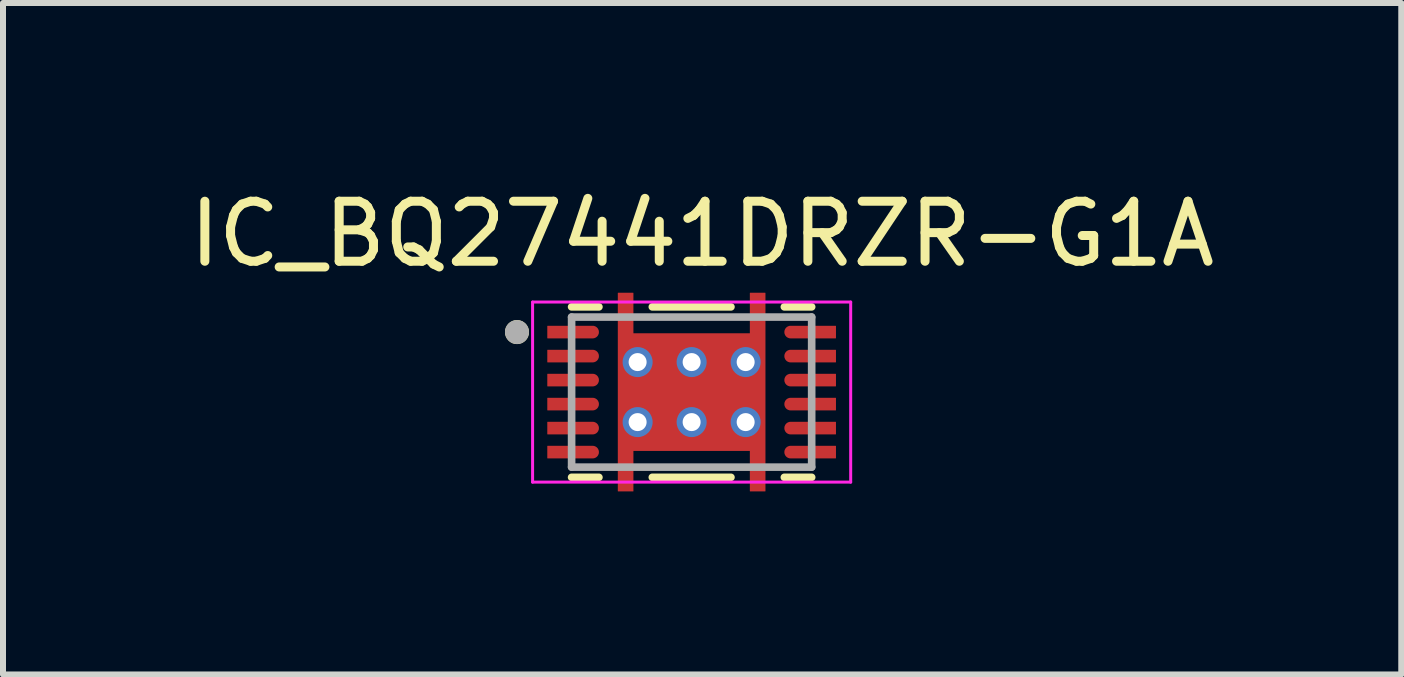
<source format=kicad_pcb>
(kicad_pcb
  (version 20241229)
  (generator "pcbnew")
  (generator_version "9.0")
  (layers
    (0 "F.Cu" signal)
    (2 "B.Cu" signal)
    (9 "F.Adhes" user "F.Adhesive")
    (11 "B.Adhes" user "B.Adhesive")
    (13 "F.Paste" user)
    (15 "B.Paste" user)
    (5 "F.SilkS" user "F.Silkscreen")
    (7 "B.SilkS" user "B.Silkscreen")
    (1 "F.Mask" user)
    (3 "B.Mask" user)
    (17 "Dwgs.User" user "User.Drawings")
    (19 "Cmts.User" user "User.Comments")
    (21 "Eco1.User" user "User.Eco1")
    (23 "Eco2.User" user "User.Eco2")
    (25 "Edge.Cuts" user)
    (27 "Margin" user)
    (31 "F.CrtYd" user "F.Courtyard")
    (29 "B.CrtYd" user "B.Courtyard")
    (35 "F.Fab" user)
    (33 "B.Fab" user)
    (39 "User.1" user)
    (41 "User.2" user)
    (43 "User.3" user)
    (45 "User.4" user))
  (footprint "IC_BQ27441DRZR-G1A"
    (layer "F.Cu")
    (at 8.474 3.483)
    (property "Reference" "IC_BQ27441DRZR-G1A" (at 0.175 -2.635 0) (layer "F.SilkS") (effects (font (size 1 1) (thickness 0.15))))
    (attr through_hole)
    (fp_poly (pts (xy -1.275 1.7) (xy -1.275 -1.7) (xy -0.925 -1.7) (xy -0.925 -1.025) (xy 0.925 -1.025) (xy 0.925 -1.7) (xy 1.275 -1.7) (xy 1.275 1.7) (xy 0.925 1.7) (xy 0.925 1.025) (xy -0.925 1.025) (xy -0.925 1.7)) (stroke (width 0.01) (type solid)) (fill yes) (layer "F.Mask"))
    (fp_poly (pts (xy -2.45 -1.15) (xy -1.65 -1.15) (xy -1.642 -1.15) (xy -1.634 -1.149) (xy -1.627 -1.148) (xy -1.619 -1.147) (xy -1.611 -1.145) (xy -1.604 -1.143) (xy -1.596 -1.14) (xy -1.589 -1.137) (xy -1.582 -1.134) (xy -1.575 -1.13) (xy -1.568 -1.126) (xy -1.562 -1.121) (xy -1.556 -1.117) (xy -1.55 -1.111) (xy -1.544 -1.106) (xy -1.539 -1.1) (xy -1.533 -1.094) (xy -1.529 -1.088) (xy -1.524 -1.082) (xy -1.52 -1.075) (xy -1.516 -1.068) (xy -1.513 -1.061) (xy -1.51 -1.054) (xy -1.507 -1.046) (xy -1.505 -1.039) (xy -1.503 -1.031) (xy -1.502 -1.023) (xy -1.501 -1.016) (xy -1.5 -1.008) (xy -1.5 -1) (xy -1.5 -0.992) (xy -1.501 -0.984) (xy -1.502 -0.977) (xy -1.503 -0.969) (xy -1.505 -0.961) (xy -1.507 -0.954) (xy -1.51 -0.946) (xy -1.513 -0.939) (xy -1.516 -0.932) (xy -1.52 -0.925) (xy -1.524 -0.918) (xy -1.529 -0.912) (xy -1.533 -0.906) (xy -1.539 -0.9) (xy -1.544 -0.894) (xy -1.55 -0.889) (xy -1.556 -0.883) (xy -1.562 -0.879) (xy -1.568 -0.874) (xy -1.575 -0.87) (xy -1.582 -0.866) (xy -1.589 -0.863) (xy -1.596 -0.86) (xy -1.604 -0.857) (xy -1.611 -0.855) (xy -1.619 -0.853) (xy -1.627 -0.852) (xy -1.634 -0.851) (xy -1.642 -0.85) (xy -1.65 -0.85) (xy -2.45 -0.85) (xy -2.45 -1) (xy -2.45 -1.15)) (stroke (width 0.01) (type solid)) (fill yes) (layer "F.Mask"))
    (fp_poly (pts (xy -2.45 -0.75) (xy -1.65 -0.75) (xy -1.642 -0.75) (xy -1.634 -0.749) (xy -1.627 -0.748) (xy -1.619 -0.747) (xy -1.611 -0.745) (xy -1.604 -0.743) (xy -1.596 -0.74) (xy -1.589 -0.737) (xy -1.582 -0.734) (xy -1.575 -0.73) (xy -1.568 -0.726) (xy -1.562 -0.721) (xy -1.556 -0.717) (xy -1.55 -0.711) (xy -1.544 -0.706) (xy -1.539 -0.7) (xy -1.533 -0.694) (xy -1.529 -0.688) (xy -1.524 -0.682) (xy -1.52 -0.675) (xy -1.516 -0.668) (xy -1.513 -0.661) (xy -1.51 -0.654) (xy -1.507 -0.646) (xy -1.505 -0.639) (xy -1.503 -0.631) (xy -1.502 -0.623) (xy -1.501 -0.616) (xy -1.5 -0.608) (xy -1.5 -0.6) (xy -1.5 -0.592) (xy -1.501 -0.584) (xy -1.502 -0.577) (xy -1.503 -0.569) (xy -1.505 -0.561) (xy -1.507 -0.554) (xy -1.51 -0.546) (xy -1.513 -0.539) (xy -1.516 -0.532) (xy -1.52 -0.525) (xy -1.524 -0.518) (xy -1.529 -0.512) (xy -1.533 -0.506) (xy -1.539 -0.5) (xy -1.544 -0.494) (xy -1.55 -0.489) (xy -1.556 -0.483) (xy -1.562 -0.479) (xy -1.568 -0.474) (xy -1.575 -0.47) (xy -1.582 -0.466) (xy -1.589 -0.463) (xy -1.596 -0.46) (xy -1.604 -0.457) (xy -1.611 -0.455) (xy -1.619 -0.453) (xy -1.627 -0.452) (xy -1.634 -0.451) (xy -1.642 -0.45) (xy -1.65 -0.45) (xy -2.45 -0.45) (xy -2.45 -0.6) (xy -2.45 -0.75)) (stroke (width 0.01) (type solid)) (fill yes) (layer "F.Mask"))
    (fp_poly (pts (xy -2.45 -0.35) (xy -1.65 -0.35) (xy -1.642 -0.35) (xy -1.634 -0.349) (xy -1.627 -0.348) (xy -1.619 -0.347) (xy -1.611 -0.345) (xy -1.604 -0.343) (xy -1.596 -0.34) (xy -1.589 -0.337) (xy -1.582 -0.334) (xy -1.575 -0.33) (xy -1.568 -0.326) (xy -1.562 -0.321) (xy -1.556 -0.317) (xy -1.55 -0.311) (xy -1.544 -0.306) (xy -1.539 -0.3) (xy -1.533 -0.294) (xy -1.529 -0.288) (xy -1.524 -0.282) (xy -1.52 -0.275) (xy -1.516 -0.268) (xy -1.513 -0.261) (xy -1.51 -0.254) (xy -1.507 -0.246) (xy -1.505 -0.239) (xy -1.503 -0.231) (xy -1.502 -0.223) (xy -1.501 -0.216) (xy -1.5 -0.208) (xy -1.5 -0.2) (xy -1.5 -0.192) (xy -1.501 -0.184) (xy -1.502 -0.177) (xy -1.503 -0.169) (xy -1.505 -0.161) (xy -1.507 -0.154) (xy -1.51 -0.146) (xy -1.513 -0.139) (xy -1.516 -0.132) (xy -1.52 -0.125) (xy -1.524 -0.118) (xy -1.529 -0.112) (xy -1.533 -0.106) (xy -1.539 -0.1) (xy -1.544 -0.094) (xy -1.55 -0.089) (xy -1.556 -0.083) (xy -1.562 -0.079) (xy -1.568 -0.074) (xy -1.575 -0.07) (xy -1.582 -0.066) (xy -1.589 -0.063) (xy -1.596 -0.06) (xy -1.604 -0.057) (xy -1.611 -0.055) (xy -1.619 -0.053) (xy -1.627 -0.052) (xy -1.634 -0.051) (xy -1.642 -0.05) (xy -1.65 -0.05) (xy -2.45 -0.05) (xy -2.45 -0.2) (xy -2.45 -0.35)) (stroke (width 0.01) (type solid)) (fill yes) (layer "F.Mask"))
    (fp_poly (pts (xy -2.45 0.05) (xy -1.65 0.05) (xy -1.642 0.05) (xy -1.634 0.051) (xy -1.627 0.052) (xy -1.619 0.053) (xy -1.611 0.055) (xy -1.604 0.057) (xy -1.596 0.06) (xy -1.589 0.063) (xy -1.582 0.066) (xy -1.575 0.07) (xy -1.568 0.074) (xy -1.562 0.079) (xy -1.556 0.083) (xy -1.55 0.089) (xy -1.544 0.094) (xy -1.539 0.1) (xy -1.533 0.106) (xy -1.529 0.112) (xy -1.524 0.118) (xy -1.52 0.125) (xy -1.516 0.132) (xy -1.513 0.139) (xy -1.51 0.146) (xy -1.507 0.154) (xy -1.505 0.161) (xy -1.503 0.169) (xy -1.502 0.177) (xy -1.501 0.184) (xy -1.5 0.192) (xy -1.5 0.2) (xy -1.5 0.208) (xy -1.501 0.216) (xy -1.502 0.223) (xy -1.503 0.231) (xy -1.505 0.239) (xy -1.507 0.246) (xy -1.51 0.254) (xy -1.513 0.261) (xy -1.516 0.268) (xy -1.52 0.275) (xy -1.524 0.282) (xy -1.529 0.288) (xy -1.533 0.294) (xy -1.539 0.3) (xy -1.544 0.306) (xy -1.55 0.311) (xy -1.556 0.317) (xy -1.562 0.321) (xy -1.568 0.326) (xy -1.575 0.33) (xy -1.582 0.334) (xy -1.589 0.337) (xy -1.596 0.34) (xy -1.604 0.343) (xy -1.611 0.345) (xy -1.619 0.347) (xy -1.627 0.348) (xy -1.634 0.349) (xy -1.642 0.35) (xy -1.65 0.35) (xy -2.45 0.35) (xy -2.45 0.2) (xy -2.45 0.05)) (stroke (width 0.01) (type solid)) (fill yes) (layer "F.Mask"))
    (fp_poly (pts (xy -2.45 0.45) (xy -1.65 0.45) (xy -1.642 0.45) (xy -1.634 0.451) (xy -1.627 0.452) (xy -1.619 0.453) (xy -1.611 0.455) (xy -1.604 0.457) (xy -1.596 0.46) (xy -1.589 0.463) (xy -1.582 0.466) (xy -1.575 0.47) (xy -1.568 0.474) (xy -1.562 0.479) (xy -1.556 0.483) (xy -1.55 0.489) (xy -1.544 0.494) (xy -1.539 0.5) (xy -1.533 0.506) (xy -1.529 0.512) (xy -1.524 0.518) (xy -1.52 0.525) (xy -1.516 0.532) (xy -1.513 0.539) (xy -1.51 0.546) (xy -1.507 0.554) (xy -1.505 0.561) (xy -1.503 0.569) (xy -1.502 0.577) (xy -1.501 0.584) (xy -1.5 0.592) (xy -1.5 0.6) (xy -1.5 0.608) (xy -1.501 0.616) (xy -1.502 0.623) (xy -1.503 0.631) (xy -1.505 0.639) (xy -1.507 0.646) (xy -1.51 0.654) (xy -1.513 0.661) (xy -1.516 0.668) (xy -1.52 0.675) (xy -1.524 0.682) (xy -1.529 0.688) (xy -1.533 0.694) (xy -1.539 0.7) (xy -1.544 0.706) (xy -1.55 0.711) (xy -1.556 0.717) (xy -1.562 0.721) (xy -1.568 0.726) (xy -1.575 0.73) (xy -1.582 0.734) (xy -1.589 0.737) (xy -1.596 0.74) (xy -1.604 0.743) (xy -1.611 0.745) (xy -1.619 0.747) (xy -1.627 0.748) (xy -1.634 0.749) (xy -1.642 0.75) (xy -1.65 0.75) (xy -2.45 0.75) (xy -2.45 0.6) (xy -2.45 0.45)) (stroke (width 0.01) (type solid)) (fill yes) (layer "F.Mask"))
    (fp_poly (pts (xy -2.45 0.85) (xy -1.65 0.85) (xy -1.642 0.85) (xy -1.634 0.851) (xy -1.627 0.852) (xy -1.619 0.853) (xy -1.611 0.855) (xy -1.604 0.857) (xy -1.596 0.86) (xy -1.589 0.863) (xy -1.582 0.866) (xy -1.575 0.87) (xy -1.568 0.874) (xy -1.562 0.879) (xy -1.556 0.883) (xy -1.55 0.889) (xy -1.544 0.894) (xy -1.539 0.9) (xy -1.533 0.906) (xy -1.529 0.912) (xy -1.524 0.918) (xy -1.52 0.925) (xy -1.516 0.932) (xy -1.513 0.939) (xy -1.51 0.946) (xy -1.507 0.954) (xy -1.505 0.961) (xy -1.503 0.969) (xy -1.502 0.977) (xy -1.501 0.984) (xy -1.5 0.992) (xy -1.5 1) (xy -1.5 1.008) (xy -1.501 1.016) (xy -1.502 1.023) (xy -1.503 1.031) (xy -1.505 1.039) (xy -1.507 1.046) (xy -1.51 1.054) (xy -1.513 1.061) (xy -1.516 1.068) (xy -1.52 1.075) (xy -1.524 1.082) (xy -1.529 1.088) (xy -1.533 1.094) (xy -1.539 1.1) (xy -1.544 1.106) (xy -1.55 1.111) (xy -1.556 1.117) (xy -1.562 1.121) (xy -1.568 1.126) (xy -1.575 1.13) (xy -1.582 1.134) (xy -1.589 1.137) (xy -1.596 1.14) (xy -1.604 1.143) (xy -1.611 1.145) (xy -1.619 1.147) (xy -1.627 1.148) (xy -1.634 1.149) (xy -1.642 1.15) (xy -1.65 1.15) (xy -2.45 1.15) (xy -2.45 1) (xy -2.45 0.85)) (stroke (width 0.01) (type solid)) (fill yes) (layer "F.Mask"))
    (fp_poly (pts (xy 2.45 -0.85) (xy 1.65 -0.85) (xy 1.642 -0.85) (xy 1.634 -0.851) (xy 1.627 -0.852) (xy 1.619 -0.853) (xy 1.611 -0.855) (xy 1.604 -0.857) (xy 1.596 -0.86) (xy 1.589 -0.863) (xy 1.582 -0.866) (xy 1.575 -0.87) (xy 1.568 -0.874) (xy 1.562 -0.879) (xy 1.556 -0.883) (xy 1.55 -0.889) (xy 1.544 -0.894) (xy 1.539 -0.9) (xy 1.533 -0.906) (xy 1.529 -0.912) (xy 1.524 -0.918) (xy 1.52 -0.925) (xy 1.516 -0.932) (xy 1.513 -0.939) (xy 1.51 -0.946) (xy 1.507 -0.954) (xy 1.505 -0.961) (xy 1.503 -0.969) (xy 1.502 -0.977) (xy 1.501 -0.984) (xy 1.5 -0.992) (xy 1.5 -1) (xy 1.5 -1.008) (xy 1.501 -1.016) (xy 1.502 -1.023) (xy 1.503 -1.031) (xy 1.505 -1.039) (xy 1.507 -1.046) (xy 1.51 -1.054) (xy 1.513 -1.061) (xy 1.516 -1.068) (xy 1.52 -1.075) (xy 1.524 -1.082) (xy 1.529 -1.088) (xy 1.533 -1.094) (xy 1.539 -1.1) (xy 1.544 -1.106) (xy 1.55 -1.111) (xy 1.556 -1.117) (xy 1.562 -1.121) (xy 1.568 -1.126) (xy 1.575 -1.13) (xy 1.582 -1.134) (xy 1.589 -1.137) (xy 1.596 -1.14) (xy 1.604 -1.143) (xy 1.611 -1.145) (xy 1.619 -1.147) (xy 1.627 -1.148) (xy 1.634 -1.149) (xy 1.642 -1.15) (xy 1.65 -1.15) (xy 2.45 -1.15) (xy 2.45 -1) (xy 2.45 -0.85)) (stroke (width 0.01) (type solid)) (fill yes) (layer "F.Mask"))
    (fp_poly (pts (xy 2.45 -0.45) (xy 1.65 -0.45) (xy 1.642 -0.45) (xy 1.634 -0.451) (xy 1.627 -0.452) (xy 1.619 -0.453) (xy 1.611 -0.455) (xy 1.604 -0.457) (xy 1.596 -0.46) (xy 1.589 -0.463) (xy 1.582 -0.466) (xy 1.575 -0.47) (xy 1.568 -0.474) (xy 1.562 -0.479) (xy 1.556 -0.483) (xy 1.55 -0.489) (xy 1.544 -0.494) (xy 1.539 -0.5) (xy 1.533 -0.506) (xy 1.529 -0.512) (xy 1.524 -0.518) (xy 1.52 -0.525) (xy 1.516 -0.532) (xy 1.513 -0.539) (xy 1.51 -0.546) (xy 1.507 -0.554) (xy 1.505 -0.561) (xy 1.503 -0.569) (xy 1.502 -0.577) (xy 1.501 -0.584) (xy 1.5 -0.592) (xy 1.5 -0.6) (xy 1.5 -0.608) (xy 1.501 -0.616) (xy 1.502 -0.623) (xy 1.503 -0.631) (xy 1.505 -0.639) (xy 1.507 -0.646) (xy 1.51 -0.654) (xy 1.513 -0.661) (xy 1.516 -0.668) (xy 1.52 -0.675) (xy 1.524 -0.682) (xy 1.529 -0.688) (xy 1.533 -0.694) (xy 1.539 -0.7) (xy 1.544 -0.706) (xy 1.55 -0.711) (xy 1.556 -0.717) (xy 1.562 -0.721) (xy 1.568 -0.726) (xy 1.575 -0.73) (xy 1.582 -0.734) (xy 1.589 -0.737) (xy 1.596 -0.74) (xy 1.604 -0.743) (xy 1.611 -0.745) (xy 1.619 -0.747) (xy 1.627 -0.748) (xy 1.634 -0.749) (xy 1.642 -0.75) (xy 1.65 -0.75) (xy 2.45 -0.75) (xy 2.45 -0.6) (xy 2.45 -0.45)) (stroke (width 0.01) (type solid)) (fill yes) (layer "F.Mask"))
    (fp_poly (pts (xy 2.45 -0.05) (xy 1.65 -0.05) (xy 1.642 -0.05) (xy 1.634 -0.051) (xy 1.627 -0.052) (xy 1.619 -0.053) (xy 1.611 -0.055) (xy 1.604 -0.057) (xy 1.596 -0.06) (xy 1.589 -0.063) (xy 1.582 -0.066) (xy 1.575 -0.07) (xy 1.568 -0.074) (xy 1.562 -0.079) (xy 1.556 -0.083) (xy 1.55 -0.089) (xy 1.544 -0.094) (xy 1.539 -0.1) (xy 1.533 -0.106) (xy 1.529 -0.112) (xy 1.524 -0.118) (xy 1.52 -0.125) (xy 1.516 -0.132) (xy 1.513 -0.139) (xy 1.51 -0.146) (xy 1.507 -0.154) (xy 1.505 -0.161) (xy 1.503 -0.169) (xy 1.502 -0.177) (xy 1.501 -0.184) (xy 1.5 -0.192) (xy 1.5 -0.2) (xy 1.5 -0.208) (xy 1.501 -0.216) (xy 1.502 -0.223) (xy 1.503 -0.231) (xy 1.505 -0.239) (xy 1.507 -0.246) (xy 1.51 -0.254) (xy 1.513 -0.261) (xy 1.516 -0.268) (xy 1.52 -0.275) (xy 1.524 -0.282) (xy 1.529 -0.288) (xy 1.533 -0.294) (xy 1.539 -0.3) (xy 1.544 -0.306) (xy 1.55 -0.311) (xy 1.556 -0.317) (xy 1.562 -0.321) (xy 1.568 -0.326) (xy 1.575 -0.33) (xy 1.582 -0.334) (xy 1.589 -0.337) (xy 1.596 -0.34) (xy 1.604 -0.343) (xy 1.611 -0.345) (xy 1.619 -0.347) (xy 1.627 -0.348) (xy 1.634 -0.349) (xy 1.642 -0.35) (xy 1.65 -0.35) (xy 2.45 -0.35) (xy 2.45 -0.2) (xy 2.45 -0.05)) (stroke (width 0.01) (type solid)) (fill yes) (layer "F.Mask"))
    (fp_poly (pts (xy 2.45 0.35) (xy 1.65 0.35) (xy 1.642 0.35) (xy 1.634 0.349) (xy 1.627 0.348) (xy 1.619 0.347) (xy 1.611 0.345) (xy 1.604 0.343) (xy 1.596 0.34) (xy 1.589 0.337) (xy 1.582 0.334) (xy 1.575 0.33) (xy 1.568 0.326) (xy 1.562 0.321) (xy 1.556 0.317) (xy 1.55 0.311) (xy 1.544 0.306) (xy 1.539 0.3) (xy 1.533 0.294) (xy 1.529 0.288) (xy 1.524 0.282) (xy 1.52 0.275) (xy 1.516 0.268) (xy 1.513 0.261) (xy 1.51 0.254) (xy 1.507 0.246) (xy 1.505 0.239) (xy 1.503 0.231) (xy 1.502 0.223) (xy 1.501 0.216) (xy 1.5 0.208) (xy 1.5 0.2) (xy 1.5 0.192) (xy 1.501 0.184) (xy 1.502 0.177) (xy 1.503 0.169) (xy 1.505 0.161) (xy 1.507 0.154) (xy 1.51 0.146) (xy 1.513 0.139) (xy 1.516 0.132) (xy 1.52 0.125) (xy 1.524 0.118) (xy 1.529 0.112) (xy 1.533 0.106) (xy 1.539 0.1) (xy 1.544 0.094) (xy 1.55 0.089) (xy 1.556 0.083) (xy 1.562 0.079) (xy 1.568 0.074) (xy 1.575 0.07) (xy 1.582 0.066) (xy 1.589 0.063) (xy 1.596 0.06) (xy 1.604 0.057) (xy 1.611 0.055) (xy 1.619 0.053) (xy 1.627 0.052) (xy 1.634 0.051) (xy 1.642 0.05) (xy 1.65 0.05) (xy 2.45 0.05) (xy 2.45 0.2) (xy 2.45 0.35)) (stroke (width 0.01) (type solid)) (fill yes) (layer "F.Mask"))
    (fp_poly (pts (xy 2.45 0.75) (xy 1.65 0.75) (xy 1.642 0.75) (xy 1.634 0.749) (xy 1.627 0.748) (xy 1.619 0.747) (xy 1.611 0.745) (xy 1.604 0.743) (xy 1.596 0.74) (xy 1.589 0.737) (xy 1.582 0.734) (xy 1.575 0.73) (xy 1.568 0.726) (xy 1.562 0.721) (xy 1.556 0.717) (xy 1.55 0.711) (xy 1.544 0.706) (xy 1.539 0.7) (xy 1.533 0.694) (xy 1.529 0.688) (xy 1.524 0.682) (xy 1.52 0.675) (xy 1.516 0.668) (xy 1.513 0.661) (xy 1.51 0.654) (xy 1.507 0.646) (xy 1.505 0.639) (xy 1.503 0.631) (xy 1.502 0.623) (xy 1.501 0.616) (xy 1.5 0.608) (xy 1.5 0.6) (xy 1.5 0.592) (xy 1.501 0.584) (xy 1.502 0.577) (xy 1.503 0.569) (xy 1.505 0.561) (xy 1.507 0.554) (xy 1.51 0.546) (xy 1.513 0.539) (xy 1.516 0.532) (xy 1.52 0.525) (xy 1.524 0.518) (xy 1.529 0.512) (xy 1.533 0.506) (xy 1.539 0.5) (xy 1.544 0.494) (xy 1.55 0.489) (xy 1.556 0.483) (xy 1.562 0.479) (xy 1.568 0.474) (xy 1.575 0.47) (xy 1.582 0.466) (xy 1.589 0.463) (xy 1.596 0.46) (xy 1.604 0.457) (xy 1.611 0.455) (xy 1.619 0.453) (xy 1.627 0.452) (xy 1.634 0.451) (xy 1.642 0.45) (xy 1.65 0.45) (xy 2.45 0.45) (xy 2.45 0.6) (xy 2.45 0.75)) (stroke (width 0.01) (type solid)) (fill yes) (layer "F.Mask"))
    (fp_poly (pts (xy 2.45 1.15) (xy 1.65 1.15) (xy 1.642 1.15) (xy 1.634 1.149) (xy 1.627 1.148) (xy 1.619 1.147) (xy 1.611 1.145) (xy 1.604 1.143) (xy 1.596 1.14) (xy 1.589 1.137) (xy 1.582 1.134) (xy 1.575 1.13) (xy 1.568 1.126) (xy 1.562 1.121) (xy 1.556 1.117) (xy 1.55 1.111) (xy 1.544 1.106) (xy 1.539 1.1) (xy 1.533 1.094) (xy 1.529 1.088) (xy 1.524 1.082) (xy 1.52 1.075) (xy 1.516 1.068) (xy 1.513 1.061) (xy 1.51 1.054) (xy 1.507 1.046) (xy 1.505 1.039) (xy 1.503 1.031) (xy 1.502 1.023) (xy 1.501 1.016) (xy 1.5 1.008) (xy 1.5 1) (xy 1.5 0.992) (xy 1.501 0.984) (xy 1.502 0.977) (xy 1.503 0.969) (xy 1.505 0.961) (xy 1.507 0.954) (xy 1.51 0.946) (xy 1.513 0.939) (xy 1.516 0.932) (xy 1.52 0.925) (xy 1.524 0.918) (xy 1.529 0.912) (xy 1.533 0.906) (xy 1.539 0.9) (xy 1.544 0.894) (xy 1.55 0.889) (xy 1.556 0.883) (xy 1.562 0.879) (xy 1.568 0.874) (xy 1.575 0.87) (xy 1.582 0.866) (xy 1.589 0.863) (xy 1.596 0.86) (xy 1.604 0.857) (xy 1.611 0.855) (xy 1.619 0.853) (xy 1.627 0.852) (xy 1.634 0.851) (xy 1.642 0.85) (xy 1.65 0.85) (xy 2.45 0.85) (xy 2.45 1) (xy 2.45 1.15)) (stroke (width 0.01) (type solid)) (fill yes) (layer "F.Mask"))
    (fp_line (start -2 -1.42) (end -1.545 -1.42) (stroke (width 0.127) (type solid)) (layer "F.SilkS"))
    (fp_line (start -2 1.42) (end -1.545 1.42) (stroke (width 0.127) (type solid)) (layer "F.SilkS"))
    (fp_line (start -0.655 -1.42) (end 0.655 -1.42) (stroke (width 0.127) (type solid)) (layer "F.SilkS"))
    (fp_line (start -0.655 1.42) (end 0.655 1.42) (stroke (width 0.127) (type solid)) (layer "F.SilkS"))
    (fp_line (start 1.545 -1.42) (end 2 -1.42) (stroke (width 0.127) (type solid)) (layer "F.SilkS"))
    (fp_line (start 1.545 1.42) (end 2 1.42) (stroke (width 0.127) (type solid)) (layer "F.SilkS"))
    (fp_circle (center -2.91 -1) (end -2.81 -1) (stroke (width 0.2) (type solid)) (fill no) (layer "F.SilkS"))
    (fp_poly (pts (xy -1.225 -1.625) (xy -1.225 -1.1) (xy -0.975 -1.1) (xy -0.975 -1.625)) (stroke (width 0.01) (type solid)) (fill yes) (layer "F.Paste"))
    (fp_poly (pts (xy -1.225 1.1) (xy -1.225 1.625) (xy -0.975 1.625) (xy -0.975 1.1)) (stroke (width 0.01) (type solid)) (fill yes) (layer "F.Paste"))
    (fp_poly (pts (xy -1.1 -0.9) (xy -0.1 -0.9) (xy -0.1 -0.1) (xy -1.1 -0.1)) (stroke (width 0.01) (type solid)) (fill yes) (layer "F.Paste"))
    (fp_poly (pts (xy -1.1 0.1) (xy -0.1 0.1) (xy -0.1 0.9) (xy -1.1 0.9)) (stroke (width 0.01) (type solid)) (fill yes) (layer "F.Paste"))
    (fp_poly (pts (xy 0.1 -0.9) (xy 1.1 -0.9) (xy 1.1 -0.1) (xy 0.1 -0.1)) (stroke (width 0.01) (type solid)) (fill yes) (layer "F.Paste"))
    (fp_poly (pts (xy 0.1 0.1) (xy 1.1 0.1) (xy 1.1 0.9) (xy 0.1 0.9)) (stroke (width 0.01) (type solid)) (fill yes) (layer "F.Paste"))
    (fp_poly (pts (xy 0.975 -1.625) (xy 0.975 -1.1) (xy 1.225 -1.1) (xy 1.225 -1.625)) (stroke (width 0.01) (type solid)) (fill yes) (layer "F.Paste"))
    (fp_poly (pts (xy 0.975 1.1) (xy 0.975 1.625) (xy 1.225 1.625) (xy 1.225 1.1)) (stroke (width 0.01) (type solid)) (fill yes) (layer "F.Paste"))
    (fp_poly (pts (xy -2.375 -1.1) (xy -1.675 -1.1) (xy -1.67 -1.1) (xy -1.665 -1.099) (xy -1.659 -1.099) (xy -1.654 -1.098) (xy -1.649 -1.097) (xy -1.644 -1.095) (xy -1.639 -1.093) (xy -1.634 -1.091) (xy -1.63 -1.089) (xy -1.625 -1.087) (xy -1.621 -1.084) (xy -1.616 -1.081) (xy -1.612 -1.078) (xy -1.608 -1.074) (xy -1.604 -1.071) (xy -1.601 -1.067) (xy -1.597 -1.063) (xy -1.594 -1.059) (xy -1.591 -1.054) (xy -1.588 -1.05) (xy -1.586 -1.045) (xy -1.584 -1.041) (xy -1.582 -1.036) (xy -1.58 -1.031) (xy -1.578 -1.026) (xy -1.577 -1.021) (xy -1.576 -1.016) (xy -1.576 -1.01) (xy -1.575 -1.005) (xy -1.575 -1) (xy -1.575 -0.995) (xy -1.576 -0.99) (xy -1.576 -0.984) (xy -1.577 -0.979) (xy -1.578 -0.974) (xy -1.58 -0.969) (xy -1.582 -0.964) (xy -1.584 -0.959) (xy -1.586 -0.955) (xy -1.588 -0.95) (xy -1.591 -0.946) (xy -1.594 -0.941) (xy -1.597 -0.937) (xy -1.601 -0.933) (xy -1.604 -0.929) (xy -1.608 -0.926) (xy -1.612 -0.922) (xy -1.616 -0.919) (xy -1.621 -0.916) (xy -1.625 -0.913) (xy -1.63 -0.911) (xy -1.634 -0.909) (xy -1.639 -0.907) (xy -1.644 -0.905) (xy -1.649 -0.903) (xy -1.654 -0.902) (xy -1.659 -0.901) (xy -1.665 -0.901) (xy -1.67 -0.9) (xy -1.675 -0.9) (xy -2.375 -0.9) (xy -2.375 -1) (xy -2.375 -1.1)) (stroke (width 0.01) (type solid)) (fill yes) (layer "F.Paste"))
    (fp_poly (pts (xy -2.375 -0.7) (xy -1.675 -0.7) (xy -1.67 -0.7) (xy -1.665 -0.699) (xy -1.659 -0.699) (xy -1.654 -0.698) (xy -1.649 -0.697) (xy -1.644 -0.695) (xy -1.639 -0.693) (xy -1.634 -0.691) (xy -1.63 -0.689) (xy -1.625 -0.687) (xy -1.621 -0.684) (xy -1.616 -0.681) (xy -1.612 -0.678) (xy -1.608 -0.674) (xy -1.604 -0.671) (xy -1.601 -0.667) (xy -1.597 -0.663) (xy -1.594 -0.659) (xy -1.591 -0.654) (xy -1.588 -0.65) (xy -1.586 -0.645) (xy -1.584 -0.641) (xy -1.582 -0.636) (xy -1.58 -0.631) (xy -1.578 -0.626) (xy -1.577 -0.621) (xy -1.576 -0.616) (xy -1.576 -0.61) (xy -1.575 -0.605) (xy -1.575 -0.6) (xy -1.575 -0.595) (xy -1.576 -0.59) (xy -1.576 -0.584) (xy -1.577 -0.579) (xy -1.578 -0.574) (xy -1.58 -0.569) (xy -1.582 -0.564) (xy -1.584 -0.559) (xy -1.586 -0.555) (xy -1.588 -0.55) (xy -1.591 -0.546) (xy -1.594 -0.541) (xy -1.597 -0.537) (xy -1.601 -0.533) (xy -1.604 -0.529) (xy -1.608 -0.526) (xy -1.612 -0.522) (xy -1.616 -0.519) (xy -1.621 -0.516) (xy -1.625 -0.513) (xy -1.63 -0.511) (xy -1.634 -0.509) (xy -1.639 -0.507) (xy -1.644 -0.505) (xy -1.649 -0.503) (xy -1.654 -0.502) (xy -1.659 -0.501) (xy -1.665 -0.501) (xy -1.67 -0.5) (xy -1.675 -0.5) (xy -2.375 -0.5) (xy -2.375 -0.6) (xy -2.375 -0.7)) (stroke (width 0.01) (type solid)) (fill yes) (layer "F.Paste"))
    (fp_poly (pts (xy -2.375 -0.7) (xy -1.675 -0.7) (xy -1.67 -0.7) (xy -1.665 -0.699) (xy -1.659 -0.699) (xy -1.654 -0.698) (xy -1.649 -0.697) (xy -1.644 -0.695) (xy -1.639 -0.693) (xy -1.634 -0.691) (xy -1.63 -0.689) (xy -1.625 -0.687) (xy -1.621 -0.684) (xy -1.616 -0.681) (xy -1.612 -0.678) (xy -1.608 -0.674) (xy -1.604 -0.671) (xy -1.601 -0.667) (xy -1.597 -0.663) (xy -1.594 -0.659) (xy -1.591 -0.654) (xy -1.588 -0.65) (xy -1.586 -0.645) (xy -1.584 -0.641) (xy -1.582 -0.636) (xy -1.58 -0.631) (xy -1.578 -0.626) (xy -1.577 -0.621) (xy -1.576 -0.616) (xy -1.576 -0.61) (xy -1.575 -0.605) (xy -1.575 -0.6) (xy -1.575 -0.595) (xy -1.576 -0.59) (xy -1.576 -0.584) (xy -1.577 -0.579) (xy -1.578 -0.574) (xy -1.58 -0.569) (xy -1.582 -0.564) (xy -1.584 -0.559) (xy -1.586 -0.555) (xy -1.588 -0.55) (xy -1.591 -0.546) (xy -1.594 -0.541) (xy -1.597 -0.537) (xy -1.601 -0.533) (xy -1.604 -0.529) (xy -1.608 -0.526) (xy -1.612 -0.522) (xy -1.616 -0.519) (xy -1.621 -0.516) (xy -1.625 -0.513) (xy -1.63 -0.511) (xy -1.634 -0.509) (xy -1.639 -0.507) (xy -1.644 -0.505) (xy -1.649 -0.503) (xy -1.654 -0.502) (xy -1.659 -0.501) (xy -1.665 -0.501) (xy -1.67 -0.5) (xy -1.675 -0.5) (xy -2.375 -0.5) (xy -2.375 -0.6) (xy -2.375 -0.7)) (stroke (width 0.01) (type solid)) (fill yes) (layer "F.Paste"))
    (fp_poly (pts (xy -2.375 -0.3) (xy -1.675 -0.3) (xy -1.67 -0.3) (xy -1.665 -0.299) (xy -1.659 -0.299) (xy -1.654 -0.298) (xy -1.649 -0.297) (xy -1.644 -0.295) (xy -1.639 -0.293) (xy -1.634 -0.291) (xy -1.63 -0.289) (xy -1.625 -0.287) (xy -1.621 -0.284) (xy -1.616 -0.281) (xy -1.612 -0.278) (xy -1.608 -0.274) (xy -1.604 -0.271) (xy -1.601 -0.267) (xy -1.597 -0.263) (xy -1.594 -0.259) (xy -1.591 -0.254) (xy -1.588 -0.25) (xy -1.586 -0.245) (xy -1.584 -0.241) (xy -1.582 -0.236) (xy -1.58 -0.231) (xy -1.578 -0.226) (xy -1.577 -0.221) (xy -1.576 -0.216) (xy -1.576 -0.21) (xy -1.575 -0.205) (xy -1.575 -0.2) (xy -1.575 -0.195) (xy -1.576 -0.19) (xy -1.576 -0.184) (xy -1.577 -0.179) (xy -1.578 -0.174) (xy -1.58 -0.169) (xy -1.582 -0.164) (xy -1.584 -0.159) (xy -1.586 -0.155) (xy -1.588 -0.15) (xy -1.591 -0.146) (xy -1.594 -0.141) (xy -1.597 -0.137) (xy -1.601 -0.133) (xy -1.604 -0.129) (xy -1.608 -0.126) (xy -1.612 -0.122) (xy -1.616 -0.119) (xy -1.621 -0.116) (xy -1.625 -0.113) (xy -1.63 -0.111) (xy -1.634 -0.109) (xy -1.639 -0.107) (xy -1.644 -0.105) (xy -1.649 -0.103) (xy -1.654 -0.102) (xy -1.659 -0.101) (xy -1.665 -0.101) (xy -1.67 -0.1) (xy -1.675 -0.1) (xy -2.375 -0.1) (xy -2.375 -0.2) (xy -2.375 -0.3)) (stroke (width 0.01) (type solid)) (fill yes) (layer "F.Paste"))
    (fp_poly (pts (xy -2.375 0.1) (xy -1.675 0.1) (xy -1.67 0.1) (xy -1.665 0.101) (xy -1.659 0.101) (xy -1.654 0.102) (xy -1.649 0.103) (xy -1.644 0.105) (xy -1.639 0.107) (xy -1.634 0.109) (xy -1.63 0.111) (xy -1.625 0.113) (xy -1.621 0.116) (xy -1.616 0.119) (xy -1.612 0.122) (xy -1.608 0.126) (xy -1.604 0.129) (xy -1.601 0.133) (xy -1.597 0.137) (xy -1.594 0.141) (xy -1.591 0.146) (xy -1.588 0.15) (xy -1.586 0.155) (xy -1.584 0.159) (xy -1.582 0.164) (xy -1.58 0.169) (xy -1.578 0.174) (xy -1.577 0.179) (xy -1.576 0.184) (xy -1.576 0.19) (xy -1.575 0.195) (xy -1.575 0.2) (xy -1.575 0.205) (xy -1.576 0.21) (xy -1.576 0.216) (xy -1.577 0.221) (xy -1.578 0.226) (xy -1.58 0.231) (xy -1.582 0.236) (xy -1.584 0.241) (xy -1.586 0.245) (xy -1.588 0.25) (xy -1.591 0.254) (xy -1.594 0.259) (xy -1.597 0.263) (xy -1.601 0.267) (xy -1.604 0.271) (xy -1.608 0.274) (xy -1.612 0.278) (xy -1.616 0.281) (xy -1.621 0.284) (xy -1.625 0.287) (xy -1.63 0.289) (xy -1.634 0.291) (xy -1.639 0.293) (xy -1.644 0.295) (xy -1.649 0.297) (xy -1.654 0.298) (xy -1.659 0.299) (xy -1.665 0.299) (xy -1.67 0.3) (xy -1.675 0.3) (xy -2.375 0.3) (xy -2.375 0.2) (xy -2.375 0.1)) (stroke (width 0.01) (type solid)) (fill yes) (layer "F.Paste"))
    (fp_poly (pts (xy -2.375 0.5) (xy -1.675 0.5) (xy -1.67 0.5) (xy -1.665 0.501) (xy -1.659 0.501) (xy -1.654 0.502) (xy -1.649 0.503) (xy -1.644 0.505) (xy -1.639 0.507) (xy -1.634 0.509) (xy -1.63 0.511) (xy -1.625 0.513) (xy -1.621 0.516) (xy -1.616 0.519) (xy -1.612 0.522) (xy -1.608 0.526) (xy -1.604 0.529) (xy -1.601 0.533) (xy -1.597 0.537) (xy -1.594 0.541) (xy -1.591 0.546) (xy -1.588 0.55) (xy -1.586 0.555) (xy -1.584 0.559) (xy -1.582 0.564) (xy -1.58 0.569) (xy -1.578 0.574) (xy -1.577 0.579) (xy -1.576 0.584) (xy -1.576 0.59) (xy -1.575 0.595) (xy -1.575 0.6) (xy -1.575 0.605) (xy -1.576 0.61) (xy -1.576 0.616) (xy -1.577 0.621) (xy -1.578 0.626) (xy -1.58 0.631) (xy -1.582 0.636) (xy -1.584 0.641) (xy -1.586 0.645) (xy -1.588 0.65) (xy -1.591 0.654) (xy -1.594 0.659) (xy -1.597 0.663) (xy -1.601 0.667) (xy -1.604 0.671) (xy -1.608 0.674) (xy -1.612 0.678) (xy -1.616 0.681) (xy -1.621 0.684) (xy -1.625 0.687) (xy -1.63 0.689) (xy -1.634 0.691) (xy -1.639 0.693) (xy -1.644 0.695) (xy -1.649 0.697) (xy -1.654 0.698) (xy -1.659 0.699) (xy -1.665 0.699) (xy -1.67 0.7) (xy -1.675 0.7) (xy -2.375 0.7) (xy -2.375 0.6) (xy -2.375 0.5)) (stroke (width 0.01) (type solid)) (fill yes) (layer "F.Paste"))
    (fp_poly (pts (xy -2.375 0.9) (xy -1.675 0.9) (xy -1.67 0.9) (xy -1.665 0.901) (xy -1.659 0.901) (xy -1.654 0.902) (xy -1.649 0.903) (xy -1.644 0.905) (xy -1.639 0.907) (xy -1.634 0.909) (xy -1.63 0.911) (xy -1.625 0.913) (xy -1.621 0.916) (xy -1.616 0.919) (xy -1.612 0.922) (xy -1.608 0.926) (xy -1.604 0.929) (xy -1.601 0.933) (xy -1.597 0.937) (xy -1.594 0.941) (xy -1.591 0.946) (xy -1.588 0.95) (xy -1.586 0.955) (xy -1.584 0.959) (xy -1.582 0.964) (xy -1.58 0.969) (xy -1.578 0.974) (xy -1.577 0.979) (xy -1.576 0.984) (xy -1.576 0.99) (xy -1.575 0.995) (xy -1.575 1) (xy -1.575 1.005) (xy -1.576 1.01) (xy -1.576 1.016) (xy -1.577 1.021) (xy -1.578 1.026) (xy -1.58 1.031) (xy -1.582 1.036) (xy -1.584 1.041) (xy -1.586 1.045) (xy -1.588 1.05) (xy -1.591 1.054) (xy -1.594 1.059) (xy -1.597 1.063) (xy -1.601 1.067) (xy -1.604 1.071) (xy -1.608 1.074) (xy -1.612 1.078) (xy -1.616 1.081) (xy -1.621 1.084) (xy -1.625 1.087) (xy -1.63 1.089) (xy -1.634 1.091) (xy -1.639 1.093) (xy -1.644 1.095) (xy -1.649 1.097) (xy -1.654 1.098) (xy -1.659 1.099) (xy -1.665 1.099) (xy -1.67 1.1) (xy -1.675 1.1) (xy -2.375 1.1) (xy -2.375 1) (xy -2.375 0.9)) (stroke (width 0.01) (type solid)) (fill yes) (layer "F.Paste"))
    (fp_poly (pts (xy 2.375 -0.9) (xy 1.675 -0.9) (xy 1.67 -0.9) (xy 1.665 -0.901) (xy 1.659 -0.901) (xy 1.654 -0.902) (xy 1.649 -0.903) (xy 1.644 -0.905) (xy 1.639 -0.907) (xy 1.634 -0.909) (xy 1.63 -0.911) (xy 1.625 -0.913) (xy 1.621 -0.916) (xy 1.616 -0.919) (xy 1.612 -0.922) (xy 1.608 -0.926) (xy 1.604 -0.929) (xy 1.601 -0.933) (xy 1.597 -0.937) (xy 1.594 -0.941) (xy 1.591 -0.946) (xy 1.588 -0.95) (xy 1.586 -0.955) (xy 1.584 -0.959) (xy 1.582 -0.964) (xy 1.58 -0.969) (xy 1.578 -0.974) (xy 1.577 -0.979) (xy 1.576 -0.984) (xy 1.576 -0.99) (xy 1.575 -0.995) (xy 1.575 -1) (xy 1.575 -1.005) (xy 1.576 -1.01) (xy 1.576 -1.016) (xy 1.577 -1.021) (xy 1.578 -1.026) (xy 1.58 -1.031) (xy 1.582 -1.036) (xy 1.584 -1.041) (xy 1.586 -1.045) (xy 1.588 -1.05) (xy 1.591 -1.054) (xy 1.594 -1.059) (xy 1.597 -1.063) (xy 1.601 -1.067) (xy 1.604 -1.071) (xy 1.608 -1.074) (xy 1.612 -1.078) (xy 1.616 -1.081) (xy 1.621 -1.084) (xy 1.625 -1.087) (xy 1.63 -1.089) (xy 1.634 -1.091) (xy 1.639 -1.093) (xy 1.644 -1.095) (xy 1.649 -1.097) (xy 1.654 -1.098) (xy 1.659 -1.099) (xy 1.665 -1.099) (xy 1.67 -1.1) (xy 1.675 -1.1) (xy 2.375 -1.1) (xy 2.375 -1) (xy 2.375 -0.9)) (stroke (width 0.01) (type solid)) (fill yes) (layer "F.Paste"))
    (fp_poly (pts (xy 2.375 -0.5) (xy 1.675 -0.5) (xy 1.67 -0.5) (xy 1.665 -0.501) (xy 1.659 -0.501) (xy 1.654 -0.502) (xy 1.649 -0.503) (xy 1.644 -0.505) (xy 1.639 -0.507) (xy 1.634 -0.509) (xy 1.63 -0.511) (xy 1.625 -0.513) (xy 1.621 -0.516) (xy 1.616 -0.519) (xy 1.612 -0.522) (xy 1.608 -0.526) (xy 1.604 -0.529) (xy 1.601 -0.533) (xy 1.597 -0.537) (xy 1.594 -0.541) (xy 1.591 -0.546) (xy 1.588 -0.55) (xy 1.586 -0.555) (xy 1.584 -0.559) (xy 1.582 -0.564) (xy 1.58 -0.569) (xy 1.578 -0.574) (xy 1.577 -0.579) (xy 1.576 -0.584) (xy 1.576 -0.59) (xy 1.575 -0.595) (xy 1.575 -0.6) (xy 1.575 -0.605) (xy 1.576 -0.61) (xy 1.576 -0.616) (xy 1.577 -0.621) (xy 1.578 -0.626) (xy 1.58 -0.631) (xy 1.582 -0.636) (xy 1.584 -0.641) (xy 1.586 -0.645) (xy 1.588 -0.65) (xy 1.591 -0.654) (xy 1.594 -0.659) (xy 1.597 -0.663) (xy 1.601 -0.667) (xy 1.604 -0.671) (xy 1.608 -0.674) (xy 1.612 -0.678) (xy 1.616 -0.681) (xy 1.621 -0.684) (xy 1.625 -0.687) (xy 1.63 -0.689) (xy 1.634 -0.691) (xy 1.639 -0.693) (xy 1.644 -0.695) (xy 1.649 -0.697) (xy 1.654 -0.698) (xy 1.659 -0.699) (xy 1.665 -0.699) (xy 1.67 -0.7) (xy 1.675 -0.7) (xy 2.375 -0.7) (xy 2.375 -0.6) (xy 2.375 -0.5)) (stroke (width 0.01) (type solid)) (fill yes) (layer "F.Paste"))
    (fp_poly (pts (xy 2.375 -0.1) (xy 1.675 -0.1) (xy 1.67 -0.1) (xy 1.665 -0.101) (xy 1.659 -0.101) (xy 1.654 -0.102) (xy 1.649 -0.103) (xy 1.644 -0.105) (xy 1.639 -0.107) (xy 1.634 -0.109) (xy 1.63 -0.111) (xy 1.625 -0.113) (xy 1.621 -0.116) (xy 1.616 -0.119) (xy 1.612 -0.122) (xy 1.608 -0.126) (xy 1.604 -0.129) (xy 1.601 -0.133) (xy 1.597 -0.137) (xy 1.594 -0.141) (xy 1.591 -0.146) (xy 1.588 -0.15) (xy 1.586 -0.155) (xy 1.584 -0.159) (xy 1.582 -0.164) (xy 1.58 -0.169) (xy 1.578 -0.174) (xy 1.577 -0.179) (xy 1.576 -0.184) (xy 1.576 -0.19) (xy 1.575 -0.195) (xy 1.575 -0.2) (xy 1.575 -0.205) (xy 1.576 -0.21) (xy 1.576 -0.216) (xy 1.577 -0.221) (xy 1.578 -0.226) (xy 1.58 -0.231) (xy 1.582 -0.236) (xy 1.584 -0.241) (xy 1.586 -0.245) (xy 1.588 -0.25) (xy 1.591 -0.254) (xy 1.594 -0.259) (xy 1.597 -0.263) (xy 1.601 -0.267) (xy 1.604 -0.271) (xy 1.608 -0.274) (xy 1.612 -0.278) (xy 1.616 -0.281) (xy 1.621 -0.284) (xy 1.625 -0.287) (xy 1.63 -0.289) (xy 1.634 -0.291) (xy 1.639 -0.293) (xy 1.644 -0.295) (xy 1.649 -0.297) (xy 1.654 -0.298) (xy 1.659 -0.299) (xy 1.665 -0.299) (xy 1.67 -0.3) (xy 1.675 -0.3) (xy 2.375 -0.3) (xy 2.375 -0.2) (xy 2.375 -0.1)) (stroke (width 0.01) (type solid)) (fill yes) (layer "F.Paste"))
    (fp_poly (pts (xy 2.375 0.3) (xy 1.675 0.3) (xy 1.67 0.3) (xy 1.665 0.299) (xy 1.659 0.299) (xy 1.654 0.298) (xy 1.649 0.297) (xy 1.644 0.295) (xy 1.639 0.293) (xy 1.634 0.291) (xy 1.63 0.289) (xy 1.625 0.287) (xy 1.621 0.284) (xy 1.616 0.281) (xy 1.612 0.278) (xy 1.608 0.274) (xy 1.604 0.271) (xy 1.601 0.267) (xy 1.597 0.263) (xy 1.594 0.259) (xy 1.591 0.254) (xy 1.588 0.25) (xy 1.586 0.245) (xy 1.584 0.241) (xy 1.582 0.236) (xy 1.58 0.231) (xy 1.578 0.226) (xy 1.577 0.221) (xy 1.576 0.216) (xy 1.576 0.21) (xy 1.575 0.205) (xy 1.575 0.2) (xy 1.575 0.195) (xy 1.576 0.19) (xy 1.576 0.184) (xy 1.577 0.179) (xy 1.578 0.174) (xy 1.58 0.169) (xy 1.582 0.164) (xy 1.584 0.159) (xy 1.586 0.155) (xy 1.588 0.15) (xy 1.591 0.146) (xy 1.594 0.141) (xy 1.597 0.137) (xy 1.601 0.133) (xy 1.604 0.129) (xy 1.608 0.126) (xy 1.612 0.122) (xy 1.616 0.119) (xy 1.621 0.116) (xy 1.625 0.113) (xy 1.63 0.111) (xy 1.634 0.109) (xy 1.639 0.107) (xy 1.644 0.105) (xy 1.649 0.103) (xy 1.654 0.102) (xy 1.659 0.101) (xy 1.665 0.101) (xy 1.67 0.1) (xy 1.675 0.1) (xy 2.375 0.1) (xy 2.375 0.2) (xy 2.375 0.3)) (stroke (width 0.01) (type solid)) (fill yes) (layer "F.Paste"))
    (fp_poly (pts (xy 2.375 0.7) (xy 1.675 0.7) (xy 1.67 0.7) (xy 1.665 0.699) (xy 1.659 0.699) (xy 1.654 0.698) (xy 1.649 0.697) (xy 1.644 0.695) (xy 1.639 0.693) (xy 1.634 0.691) (xy 1.63 0.689) (xy 1.625 0.687) (xy 1.621 0.684) (xy 1.616 0.681) (xy 1.612 0.678) (xy 1.608 0.674) (xy 1.604 0.671) (xy 1.601 0.667) (xy 1.597 0.663) (xy 1.594 0.659) (xy 1.591 0.654) (xy 1.588 0.65) (xy 1.586 0.645) (xy 1.584 0.641) (xy 1.582 0.636) (xy 1.58 0.631) (xy 1.578 0.626) (xy 1.577 0.621) (xy 1.576 0.616) (xy 1.576 0.61) (xy 1.575 0.605) (xy 1.575 0.6) (xy 1.575 0.595) (xy 1.576 0.59) (xy 1.576 0.584) (xy 1.577 0.579) (xy 1.578 0.574) (xy 1.58 0.569) (xy 1.582 0.564) (xy 1.584 0.559) (xy 1.586 0.555) (xy 1.588 0.55) (xy 1.591 0.546) (xy 1.594 0.541) (xy 1.597 0.537) (xy 1.601 0.533) (xy 1.604 0.529) (xy 1.608 0.526) (xy 1.612 0.522) (xy 1.616 0.519) (xy 1.621 0.516) (xy 1.625 0.513) (xy 1.63 0.511) (xy 1.634 0.509) (xy 1.639 0.507) (xy 1.644 0.505) (xy 1.649 0.503) (xy 1.654 0.502) (xy 1.659 0.501) (xy 1.665 0.501) (xy 1.67 0.5) (xy 1.675 0.5) (xy 2.375 0.5) (xy 2.375 0.6) (xy 2.375 0.7)) (stroke (width 0.01) (type solid)) (fill yes) (layer "F.Paste"))
    (fp_poly (pts (xy 2.375 0.7) (xy 1.675 0.7) (xy 1.67 0.7) (xy 1.665 0.699) (xy 1.659 0.699) (xy 1.654 0.698) (xy 1.649 0.697) (xy 1.644 0.695) (xy 1.639 0.693) (xy 1.634 0.691) (xy 1.63 0.689) (xy 1.625 0.687) (xy 1.621 0.684) (xy 1.616 0.681) (xy 1.612 0.678) (xy 1.608 0.674) (xy 1.604 0.671) (xy 1.601 0.667) (xy 1.597 0.663) (xy 1.594 0.659) (xy 1.591 0.654) (xy 1.588 0.65) (xy 1.586 0.645) (xy 1.584 0.641) (xy 1.582 0.636) (xy 1.58 0.631) (xy 1.578 0.626) (xy 1.577 0.621) (xy 1.576 0.616) (xy 1.576 0.61) (xy 1.575 0.605) (xy 1.575 0.6) (xy 1.575 0.595) (xy 1.576 0.59) (xy 1.576 0.584) (xy 1.577 0.579) (xy 1.578 0.574) (xy 1.58 0.569) (xy 1.582 0.564) (xy 1.584 0.559) (xy 1.586 0.555) (xy 1.588 0.55) (xy 1.591 0.546) (xy 1.594 0.541) (xy 1.597 0.537) (xy 1.601 0.533) (xy 1.604 0.529) (xy 1.608 0.526) (xy 1.612 0.522) (xy 1.616 0.519) (xy 1.621 0.516) (xy 1.625 0.513) (xy 1.63 0.511) (xy 1.634 0.509) (xy 1.639 0.507) (xy 1.644 0.505) (xy 1.649 0.503) (xy 1.654 0.502) (xy 1.659 0.501) (xy 1.665 0.501) (xy 1.67 0.5) (xy 1.675 0.5) (xy 2.375 0.5) (xy 2.375 0.6) (xy 2.375 0.7)) (stroke (width 0.01) (type solid)) (fill yes) (layer "F.Paste"))
    (fp_poly (pts (xy 2.375 1.1) (xy 1.675 1.1) (xy 1.67 1.1) (xy 1.665 1.099) (xy 1.659 1.099) (xy 1.654 1.098) (xy 1.649 1.097) (xy 1.644 1.095) (xy 1.639 1.093) (xy 1.634 1.091) (xy 1.63 1.089) (xy 1.625 1.087) (xy 1.621 1.084) (xy 1.616 1.081) (xy 1.612 1.078) (xy 1.608 1.074) (xy 1.604 1.071) (xy 1.601 1.067) (xy 1.597 1.063) (xy 1.594 1.059) (xy 1.591 1.054) (xy 1.588 1.05) (xy 1.586 1.045) (xy 1.584 1.041) (xy 1.582 1.036) (xy 1.58 1.031) (xy 1.578 1.026) (xy 1.577 1.021) (xy 1.576 1.016) (xy 1.576 1.01) (xy 1.575 1.005) (xy 1.575 1) (xy 1.575 0.995) (xy 1.576 0.99) (xy 1.576 0.984) (xy 1.577 0.979) (xy 1.578 0.974) (xy 1.58 0.969) (xy 1.582 0.964) (xy 1.584 0.959) (xy 1.586 0.955) (xy 1.588 0.95) (xy 1.591 0.946) (xy 1.594 0.941) (xy 1.597 0.937) (xy 1.601 0.933) (xy 1.604 0.929) (xy 1.608 0.926) (xy 1.612 0.922) (xy 1.616 0.919) (xy 1.621 0.916) (xy 1.625 0.913) (xy 1.63 0.911) (xy 1.634 0.909) (xy 1.639 0.907) (xy 1.644 0.905) (xy 1.649 0.903) (xy 1.654 0.902) (xy 1.659 0.901) (xy 1.665 0.901) (xy 1.67 0.9) (xy 1.675 0.9) (xy 2.375 0.9) (xy 2.375 1) (xy 2.375 1.1)) (stroke (width 0.01) (type solid)) (fill yes) (layer "F.Paste"))
    (fp_line (start -2.65 -1.5) (end -2.65 1.5) (stroke (width 0.05) (type solid)) (layer "F.CrtYd"))
    (fp_line (start -2.65 -1.5) (end 2.65 -1.5) (stroke (width 0.05) (type solid)) (layer "F.CrtYd"))
    (fp_line (start -2.65 1.5) (end 2.65 1.5) (stroke (width 0.05) (type solid)) (layer "F.CrtYd"))
    (fp_line (start 2.65 -1.5) (end 2.65 1.5) (stroke (width 0.05) (type solid)) (layer "F.CrtYd"))
    (fp_line (start -2 -1.25) (end -2 1.25) (stroke (width 0.127) (type solid)) (layer "F.Fab"))
    (fp_line (start -2 -1.25) (end 2 -1.25) (stroke (width 0.127) (type solid)) (layer "F.Fab"))
    (fp_line (start -2 1.25) (end 2 1.25) (stroke (width 0.127) (type solid)) (layer "F.Fab"))
    (fp_line (start 2 -1.25) (end 2 1.25) (stroke (width 0.127) (type solid)) (layer "F.Fab"))
    (fp_circle (center -2.91 -1) (end -2.81 -1) (stroke (width 0.2) (type solid)) (fill no) (layer "F.Fab"))
    (pad "1" smd custom (at -1.975 -1) (size 0.4 0.2) (layers "F.Cu") (options (anchor rect)) (primitives (gr_poly (pts (xy -0.425 0.1) (xy -0.425 -0.1) (xy 0.325 -0.1) (xy 0.33 -0.1) (xy 0.335 -0.099) (xy 0.341 -0.099) (xy 0.346 -0.098) (xy 0.351 -0.097) (xy 0.356 -0.095) (xy 0.361 -0.093) (xy 0.366 -0.091) (xy 0.37 -0.089) (xy 0.375 -0.087) (xy 0.379 -0.084) (xy 0.384 -0.081) (xy 0.388 -0.078) (xy 0.392 -0.074) (xy 0.396 -0.071) (xy 0.399 -0.067) (xy 0.403 -0.063) (xy 0.406 -0.059) (xy 0.409 -0.054) (xy 0.412 -0.05) (xy 0.414 -0.045) (xy 0.416 -0.041) (xy 0.418 -0.036) (xy 0.42 -0.031) (xy 0.422 -0.026) (xy 0.423 -0.021) (xy 0.424 -0.016) (xy 0.424 -0.01) (xy 0.425 -0.005) (xy 0.425 0) (xy 0.425 0.005) (xy 0.424 0.01) (xy 0.424 0.016) (xy 0.423 0.021) (xy 0.422 0.026) (xy 0.42 0.031) (xy 0.418 0.036) (xy 0.416 0.041) (xy 0.414 0.045) (xy 0.412 0.05) (xy 0.409 0.054) (xy 0.406 0.059) (xy 0.403 0.063) (xy 0.399 0.067) (xy 0.396 0.071) (xy 0.392 0.074) (xy 0.388 0.078) (xy 0.384 0.081) (xy 0.379 0.084) (xy 0.375 0.087) (xy 0.37 0.089) (xy 0.366 0.091) (xy 0.361 0.093) (xy 0.356 0.095) (xy 0.351 0.097) (xy 0.346 0.098) (xy 0.341 0.099) (xy 0.335 0.099) (xy 0.33 0.1) (xy 0.325 0.1) (xy -0.425 0.1)) (width 0.01) (fill yes))))
    (pad "2" smd custom (at -1.975 -0.6) (size 0.4 0.2) (layers "F.Cu") (options (anchor rect)) (primitives (gr_poly (pts (xy -0.425 0.1) (xy -0.425 -0.1) (xy 0.325 -0.1) (xy 0.33 -0.1) (xy 0.335 -0.099) (xy 0.341 -0.099) (xy 0.346 -0.098) (xy 0.351 -0.097) (xy 0.356 -0.095) (xy 0.361 -0.093) (xy 0.366 -0.091) (xy 0.37 -0.089) (xy 0.375 -0.087) (xy 0.379 -0.084) (xy 0.384 -0.081) (xy 0.388 -0.078) (xy 0.392 -0.074) (xy 0.396 -0.071) (xy 0.399 -0.067) (xy 0.403 -0.063) (xy 0.406 -0.059) (xy 0.409 -0.054) (xy 0.412 -0.05) (xy 0.414 -0.045) (xy 0.416 -0.041) (xy 0.418 -0.036) (xy 0.42 -0.031) (xy 0.422 -0.026) (xy 0.423 -0.021) (xy 0.424 -0.016) (xy 0.424 -0.01) (xy 0.425 -0.005) (xy 0.425 0) (xy 0.425 0.005) (xy 0.424 0.01) (xy 0.424 0.016) (xy 0.423 0.021) (xy 0.422 0.026) (xy 0.42 0.031) (xy 0.418 0.036) (xy 0.416 0.041) (xy 0.414 0.045) (xy 0.412 0.05) (xy 0.409 0.054) (xy 0.406 0.059) (xy 0.403 0.063) (xy 0.399 0.067) (xy 0.396 0.071) (xy 0.392 0.074) (xy 0.388 0.078) (xy 0.384 0.081) (xy 0.379 0.084) (xy 0.375 0.087) (xy 0.37 0.089) (xy 0.366 0.091) (xy 0.361 0.093) (xy 0.356 0.095) (xy 0.351 0.097) (xy 0.346 0.098) (xy 0.341 0.099) (xy 0.335 0.099) (xy 0.33 0.1) (xy 0.325 0.1) (xy -0.425 0.1)) (width 0.01) (fill yes))))
    (pad "3" smd custom (at -1.975 -0.2) (size 0.4 0.2) (layers "F.Cu") (options (anchor rect)) (primitives (gr_poly (pts (xy -0.425 0.1) (xy -0.425 -0.1) (xy 0.325 -0.1) (xy 0.33 -0.1) (xy 0.335 -0.099) (xy 0.341 -0.099) (xy 0.346 -0.098) (xy 0.351 -0.097) (xy 0.356 -0.095) (xy 0.361 -0.093) (xy 0.366 -0.091) (xy 0.37 -0.089) (xy 0.375 -0.087) (xy 0.379 -0.084) (xy 0.384 -0.081) (xy 0.388 -0.078) (xy 0.392 -0.074) (xy 0.396 -0.071) (xy 0.399 -0.067) (xy 0.403 -0.063) (xy 0.406 -0.059) (xy 0.409 -0.054) (xy 0.412 -0.05) (xy 0.414 -0.045) (xy 0.416 -0.041) (xy 0.418 -0.036) (xy 0.42 -0.031) (xy 0.422 -0.026) (xy 0.423 -0.021) (xy 0.424 -0.016) (xy 0.424 -0.01) (xy 0.425 -0.005) (xy 0.425 0) (xy 0.425 0.005) (xy 0.424 0.01) (xy 0.424 0.016) (xy 0.423 0.021) (xy 0.422 0.026) (xy 0.42 0.031) (xy 0.418 0.036) (xy 0.416 0.041) (xy 0.414 0.045) (xy 0.412 0.05) (xy 0.409 0.054) (xy 0.406 0.059) (xy 0.403 0.063) (xy 0.399 0.067) (xy 0.396 0.071) (xy 0.392 0.074) (xy 0.388 0.078) (xy 0.384 0.081) (xy 0.379 0.084) (xy 0.375 0.087) (xy 0.37 0.089) (xy 0.366 0.091) (xy 0.361 0.093) (xy 0.356 0.095) (xy 0.351 0.097) (xy 0.346 0.098) (xy 0.341 0.099) (xy 0.335 0.099) (xy 0.33 0.1) (xy 0.325 0.1) (xy -0.425 0.1)) (width 0.01) (fill yes))))
    (pad "4" smd custom (at -1.975 0.2) (size 0.4 0.2) (layers "F.Cu") (options (anchor rect)) (primitives (gr_poly (pts (xy -0.425 0.1) (xy -0.425 -0.1) (xy 0.325 -0.1) (xy 0.33 -0.1) (xy 0.335 -0.099) (xy 0.341 -0.099) (xy 0.346 -0.098) (xy 0.351 -0.097) (xy 0.356 -0.095) (xy 0.361 -0.093) (xy 0.366 -0.091) (xy 0.37 -0.089) (xy 0.375 -0.087) (xy 0.379 -0.084) (xy 0.384 -0.081) (xy 0.388 -0.078) (xy 0.392 -0.074) (xy 0.396 -0.071) (xy 0.399 -0.067) (xy 0.403 -0.063) (xy 0.406 -0.059) (xy 0.409 -0.054) (xy 0.412 -0.05) (xy 0.414 -0.045) (xy 0.416 -0.041) (xy 0.418 -0.036) (xy 0.42 -0.031) (xy 0.422 -0.026) (xy 0.423 -0.021) (xy 0.424 -0.016) (xy 0.424 -0.01) (xy 0.425 -0.005) (xy 0.425 0) (xy 0.425 0.005) (xy 0.424 0.01) (xy 0.424 0.016) (xy 0.423 0.021) (xy 0.422 0.026) (xy 0.42 0.031) (xy 0.418 0.036) (xy 0.416 0.041) (xy 0.414 0.045) (xy 0.412 0.05) (xy 0.409 0.054) (xy 0.406 0.059) (xy 0.403 0.063) (xy 0.399 0.067) (xy 0.396 0.071) (xy 0.392 0.074) (xy 0.388 0.078) (xy 0.384 0.081) (xy 0.379 0.084) (xy 0.375 0.087) (xy 0.37 0.089) (xy 0.366 0.091) (xy 0.361 0.093) (xy 0.356 0.095) (xy 0.351 0.097) (xy 0.346 0.098) (xy 0.341 0.099) (xy 0.335 0.099) (xy 0.33 0.1) (xy 0.325 0.1) (xy -0.425 0.1)) (width 0.01) (fill yes))))
    (pad "5" smd custom (at -1.975 0.6) (size 0.4 0.2) (layers "F.Cu") (options (anchor rect)) (primitives (gr_poly (pts (xy -0.425 0.1) (xy -0.425 -0.1) (xy 0.325 -0.1) (xy 0.33 -0.1) (xy 0.335 -0.099) (xy 0.341 -0.099) (xy 0.346 -0.098) (xy 0.351 -0.097) (xy 0.356 -0.095) (xy 0.361 -0.093) (xy 0.366 -0.091) (xy 0.37 -0.089) (xy 0.375 -0.087) (xy 0.379 -0.084) (xy 0.384 -0.081) (xy 0.388 -0.078) (xy 0.392 -0.074) (xy 0.396 -0.071) (xy 0.399 -0.067) (xy 0.403 -0.063) (xy 0.406 -0.059) (xy 0.409 -0.054) (xy 0.412 -0.05) (xy 0.414 -0.045) (xy 0.416 -0.041) (xy 0.418 -0.036) (xy 0.42 -0.031) (xy 0.422 -0.026) (xy 0.423 -0.021) (xy 0.424 -0.016) (xy 0.424 -0.01) (xy 0.425 -0.005) (xy 0.425 0) (xy 0.425 0.005) (xy 0.424 0.01) (xy 0.424 0.016) (xy 0.423 0.021) (xy 0.422 0.026) (xy 0.42 0.031) (xy 0.418 0.036) (xy 0.416 0.041) (xy 0.414 0.045) (xy 0.412 0.05) (xy 0.409 0.054) (xy 0.406 0.059) (xy 0.403 0.063) (xy 0.399 0.067) (xy 0.396 0.071) (xy 0.392 0.074) (xy 0.388 0.078) (xy 0.384 0.081) (xy 0.379 0.084) (xy 0.375 0.087) (xy 0.37 0.089) (xy 0.366 0.091) (xy 0.361 0.093) (xy 0.356 0.095) (xy 0.351 0.097) (xy 0.346 0.098) (xy 0.341 0.099) (xy 0.335 0.099) (xy 0.33 0.1) (xy 0.325 0.1) (xy -0.425 0.1)) (width 0.01) (fill yes))))
    (pad "6" smd custom (at -1.975 1) (size 0.4 0.2) (layers "F.Cu") (options (anchor rect)) (primitives (gr_poly (pts (xy -0.425 0.1) (xy -0.425 -0.1) (xy 0.325 -0.1) (xy 0.33 -0.1) (xy 0.335 -0.099) (xy 0.341 -0.099) (xy 0.346 -0.098) (xy 0.351 -0.097) (xy 0.356 -0.095) (xy 0.361 -0.093) (xy 0.366 -0.091) (xy 0.37 -0.089) (xy 0.375 -0.087) (xy 0.379 -0.084) (xy 0.384 -0.081) (xy 0.388 -0.078) (xy 0.392 -0.074) (xy 0.396 -0.071) (xy 0.399 -0.067) (xy 0.403 -0.063) (xy 0.406 -0.059) (xy 0.409 -0.054) (xy 0.412 -0.05) (xy 0.414 -0.045) (xy 0.416 -0.041) (xy 0.418 -0.036) (xy 0.42 -0.031) (xy 0.422 -0.026) (xy 0.423 -0.021) (xy 0.424 -0.016) (xy 0.424 -0.01) (xy 0.425 -0.005) (xy 0.425 0) (xy 0.425 0.005) (xy 0.424 0.01) (xy 0.424 0.016) (xy 0.423 0.021) (xy 0.422 0.026) (xy 0.42 0.031) (xy 0.418 0.036) (xy 0.416 0.041) (xy 0.414 0.045) (xy 0.412 0.05) (xy 0.409 0.054) (xy 0.406 0.059) (xy 0.403 0.063) (xy 0.399 0.067) (xy 0.396 0.071) (xy 0.392 0.074) (xy 0.388 0.078) (xy 0.384 0.081) (xy 0.379 0.084) (xy 0.375 0.087) (xy 0.37 0.089) (xy 0.366 0.091) (xy 0.361 0.093) (xy 0.356 0.095) (xy 0.351 0.097) (xy 0.346 0.098) (xy 0.341 0.099) (xy 0.335 0.099) (xy 0.33 0.1) (xy 0.325 0.1) (xy -0.425 0.1)) (width 0.01) (fill yes))))
    (pad "7" smd custom (at 1.975 1) (size 0.4 0.2) (layers "F.Cu") (options (anchor rect)) (primitives (gr_poly (pts (xy 0.425 -0.1) (xy 0.425 0.1) (xy -0.325 0.1) (xy -0.33 0.1) (xy -0.335 0.099) (xy -0.341 0.099) (xy -0.346 0.098) (xy -0.351 0.097) (xy -0.356 0.095) (xy -0.361 0.093) (xy -0.366 0.091) (xy -0.37 0.089) (xy -0.375 0.087) (xy -0.379 0.084) (xy -0.384 0.081) (xy -0.388 0.078) (xy -0.392 0.074) (xy -0.396 0.071) (xy -0.399 0.067) (xy -0.403 0.063) (xy -0.406 0.059) (xy -0.409 0.054) (xy -0.412 0.05) (xy -0.414 0.045) (xy -0.416 0.041) (xy -0.418 0.036) (xy -0.42 0.031) (xy -0.422 0.026) (xy -0.423 0.021) (xy -0.424 0.016) (xy -0.424 0.01) (xy -0.425 0.005) (xy -0.425 0) (xy -0.425 -0.005) (xy -0.424 -0.01) (xy -0.424 -0.016) (xy -0.423 -0.021) (xy -0.422 -0.026) (xy -0.42 -0.031) (xy -0.418 -0.036) (xy -0.416 -0.041) (xy -0.414 -0.045) (xy -0.412 -0.05) (xy -0.409 -0.054) (xy -0.406 -0.059) (xy -0.403 -0.063) (xy -0.399 -0.067) (xy -0.396 -0.071) (xy -0.392 -0.074) (xy -0.388 -0.078) (xy -0.384 -0.081) (xy -0.379 -0.084) (xy -0.375 -0.087) (xy -0.37 -0.089) (xy -0.366 -0.091) (xy -0.361 -0.093) (xy -0.356 -0.095) (xy -0.351 -0.097) (xy -0.346 -0.098) (xy -0.341 -0.099) (xy -0.335 -0.099) (xy -0.33 -0.1) (xy -0.325 -0.1) (xy 0.425 -0.1)) (width 0.01) (fill yes))))
    (pad "8" smd custom (at 1.975 0.6) (size 0.4 0.2) (layers "F.Cu") (options (anchor rect)) (primitives (gr_poly (pts (xy 0.425 -0.1) (xy 0.425 0.1) (xy -0.325 0.1) (xy -0.33 0.1) (xy -0.335 0.099) (xy -0.341 0.099) (xy -0.346 0.098) (xy -0.351 0.097) (xy -0.356 0.095) (xy -0.361 0.093) (xy -0.366 0.091) (xy -0.37 0.089) (xy -0.375 0.087) (xy -0.379 0.084) (xy -0.384 0.081) (xy -0.388 0.078) (xy -0.392 0.074) (xy -0.396 0.071) (xy -0.399 0.067) (xy -0.403 0.063) (xy -0.406 0.059) (xy -0.409 0.054) (xy -0.412 0.05) (xy -0.414 0.045) (xy -0.416 0.041) (xy -0.418 0.036) (xy -0.42 0.031) (xy -0.422 0.026) (xy -0.423 0.021) (xy -0.424 0.016) (xy -0.424 0.01) (xy -0.425 0.005) (xy -0.425 0) (xy -0.425 -0.005) (xy -0.424 -0.01) (xy -0.424 -0.016) (xy -0.423 -0.021) (xy -0.422 -0.026) (xy -0.42 -0.031) (xy -0.418 -0.036) (xy -0.416 -0.041) (xy -0.414 -0.045) (xy -0.412 -0.05) (xy -0.409 -0.054) (xy -0.406 -0.059) (xy -0.403 -0.063) (xy -0.399 -0.067) (xy -0.396 -0.071) (xy -0.392 -0.074) (xy -0.388 -0.078) (xy -0.384 -0.081) (xy -0.379 -0.084) (xy -0.375 -0.087) (xy -0.37 -0.089) (xy -0.366 -0.091) (xy -0.361 -0.093) (xy -0.356 -0.095) (xy -0.351 -0.097) (xy -0.346 -0.098) (xy -0.341 -0.099) (xy -0.335 -0.099) (xy -0.33 -0.1) (xy -0.325 -0.1) (xy 0.425 -0.1)) (width 0.01) (fill yes))))
    (pad "9" smd custom (at 1.975 0.2) (size 0.4 0.2) (layers "F.Cu") (options (anchor rect)) (primitives (gr_poly (pts (xy 0.425 -0.1) (xy 0.425 0.1) (xy -0.325 0.1) (xy -0.33 0.1) (xy -0.335 0.099) (xy -0.341 0.099) (xy -0.346 0.098) (xy -0.351 0.097) (xy -0.356 0.095) (xy -0.361 0.093) (xy -0.366 0.091) (xy -0.37 0.089) (xy -0.375 0.087) (xy -0.379 0.084) (xy -0.384 0.081) (xy -0.388 0.078) (xy -0.392 0.074) (xy -0.396 0.071) (xy -0.399 0.067) (xy -0.403 0.063) (xy -0.406 0.059) (xy -0.409 0.054) (xy -0.412 0.05) (xy -0.414 0.045) (xy -0.416 0.041) (xy -0.418 0.036) (xy -0.42 0.031) (xy -0.422 0.026) (xy -0.423 0.021) (xy -0.424 0.016) (xy -0.424 0.01) (xy -0.425 0.005) (xy -0.425 0) (xy -0.425 -0.005) (xy -0.424 -0.01) (xy -0.424 -0.016) (xy -0.423 -0.021) (xy -0.422 -0.026) (xy -0.42 -0.031) (xy -0.418 -0.036) (xy -0.416 -0.041) (xy -0.414 -0.045) (xy -0.412 -0.05) (xy -0.409 -0.054) (xy -0.406 -0.059) (xy -0.403 -0.063) (xy -0.399 -0.067) (xy -0.396 -0.071) (xy -0.392 -0.074) (xy -0.388 -0.078) (xy -0.384 -0.081) (xy -0.379 -0.084) (xy -0.375 -0.087) (xy -0.37 -0.089) (xy -0.366 -0.091) (xy -0.361 -0.093) (xy -0.356 -0.095) (xy -0.351 -0.097) (xy -0.346 -0.098) (xy -0.341 -0.099) (xy -0.335 -0.099) (xy -0.33 -0.1) (xy -0.325 -0.1) (xy 0.425 -0.1)) (width 0.01) (fill yes))))
    (pad "10" smd custom (at 1.975 -0.2) (size 0.4 0.2) (layers "F.Cu") (options (anchor rect)) (primitives (gr_poly (pts (xy 0.425 -0.1) (xy 0.425 0.1) (xy -0.325 0.1) (xy -0.33 0.1) (xy -0.335 0.099) (xy -0.341 0.099) (xy -0.346 0.098) (xy -0.351 0.097) (xy -0.356 0.095) (xy -0.361 0.093) (xy -0.366 0.091) (xy -0.37 0.089) (xy -0.375 0.087) (xy -0.379 0.084) (xy -0.384 0.081) (xy -0.388 0.078) (xy -0.392 0.074) (xy -0.396 0.071) (xy -0.399 0.067) (xy -0.403 0.063) (xy -0.406 0.059) (xy -0.409 0.054) (xy -0.412 0.05) (xy -0.414 0.045) (xy -0.416 0.041) (xy -0.418 0.036) (xy -0.42 0.031) (xy -0.422 0.026) (xy -0.423 0.021) (xy -0.424 0.016) (xy -0.424 0.01) (xy -0.425 0.005) (xy -0.425 0) (xy -0.425 -0.005) (xy -0.424 -0.01) (xy -0.424 -0.016) (xy -0.423 -0.021) (xy -0.422 -0.026) (xy -0.42 -0.031) (xy -0.418 -0.036) (xy -0.416 -0.041) (xy -0.414 -0.045) (xy -0.412 -0.05) (xy -0.409 -0.054) (xy -0.406 -0.059) (xy -0.403 -0.063) (xy -0.399 -0.067) (xy -0.396 -0.071) (xy -0.392 -0.074) (xy -0.388 -0.078) (xy -0.384 -0.081) (xy -0.379 -0.084) (xy -0.375 -0.087) (xy -0.37 -0.089) (xy -0.366 -0.091) (xy -0.361 -0.093) (xy -0.356 -0.095) (xy -0.351 -0.097) (xy -0.346 -0.098) (xy -0.341 -0.099) (xy -0.335 -0.099) (xy -0.33 -0.1) (xy -0.325 -0.1) (xy 0.425 -0.1)) (width 0.01) (fill yes))))
    (pad "11" smd custom (at 1.975 -0.6) (size 0.4 0.2) (layers "F.Cu") (options (anchor rect)) (primitives (gr_poly (pts (xy 0.425 -0.1) (xy 0.425 0.1) (xy -0.325 0.1) (xy -0.33 0.1) (xy -0.335 0.099) (xy -0.341 0.099) (xy -0.346 0.098) (xy -0.351 0.097) (xy -0.356 0.095) (xy -0.361 0.093) (xy -0.366 0.091) (xy -0.37 0.089) (xy -0.375 0.087) (xy -0.379 0.084) (xy -0.384 0.081) (xy -0.388 0.078) (xy -0.392 0.074) (xy -0.396 0.071) (xy -0.399 0.067) (xy -0.403 0.063) (xy -0.406 0.059) (xy -0.409 0.054) (xy -0.412 0.05) (xy -0.414 0.045) (xy -0.416 0.041) (xy -0.418 0.036) (xy -0.42 0.031) (xy -0.422 0.026) (xy -0.423 0.021) (xy -0.424 0.016) (xy -0.424 0.01) (xy -0.425 0.005) (xy -0.425 0) (xy -0.425 -0.005) (xy -0.424 -0.01) (xy -0.424 -0.016) (xy -0.423 -0.021) (xy -0.422 -0.026) (xy -0.42 -0.031) (xy -0.418 -0.036) (xy -0.416 -0.041) (xy -0.414 -0.045) (xy -0.412 -0.05) (xy -0.409 -0.054) (xy -0.406 -0.059) (xy -0.403 -0.063) (xy -0.399 -0.067) (xy -0.396 -0.071) (xy -0.392 -0.074) (xy -0.388 -0.078) (xy -0.384 -0.081) (xy -0.379 -0.084) (xy -0.375 -0.087) (xy -0.37 -0.089) (xy -0.366 -0.091) (xy -0.361 -0.093) (xy -0.356 -0.095) (xy -0.351 -0.097) (xy -0.346 -0.098) (xy -0.341 -0.099) (xy -0.335 -0.099) (xy -0.33 -0.1) (xy -0.325 -0.1) (xy 0.425 -0.1)) (width 0.01) (fill yes))))
    (pad "12" smd custom (at 1.975 -1) (size 0.4 0.2) (layers "F.Cu") (options (anchor rect)) (primitives (gr_poly (pts (xy 0.425 -0.1) (xy 0.425 0.1) (xy -0.325 0.1) (xy -0.33 0.1) (xy -0.335 0.099) (xy -0.341 0.099) (xy -0.346 0.098) (xy -0.351 0.097) (xy -0.356 0.095) (xy -0.361 0.093) (xy -0.366 0.091) (xy -0.37 0.089) (xy -0.375 0.087) (xy -0.379 0.084) (xy -0.384 0.081) (xy -0.388 0.078) (xy -0.392 0.074) (xy -0.396 0.071) (xy -0.399 0.067) (xy -0.403 0.063) (xy -0.406 0.059) (xy -0.409 0.054) (xy -0.412 0.05) (xy -0.414 0.045) (xy -0.416 0.041) (xy -0.418 0.036) (xy -0.42 0.031) (xy -0.422 0.026) (xy -0.423 0.021) (xy -0.424 0.016) (xy -0.424 0.01) (xy -0.425 0.005) (xy -0.425 0) (xy -0.425 -0.005) (xy -0.424 -0.01) (xy -0.424 -0.016) (xy -0.423 -0.021) (xy -0.422 -0.026) (xy -0.42 -0.031) (xy -0.418 -0.036) (xy -0.416 -0.041) (xy -0.414 -0.045) (xy -0.412 -0.05) (xy -0.409 -0.054) (xy -0.406 -0.059) (xy -0.403 -0.063) (xy -0.399 -0.067) (xy -0.396 -0.071) (xy -0.392 -0.074) (xy -0.388 -0.078) (xy -0.384 -0.081) (xy -0.379 -0.084) (xy -0.375 -0.087) (xy -0.37 -0.089) (xy -0.366 -0.091) (xy -0.361 -0.093) (xy -0.356 -0.095) (xy -0.351 -0.097) (xy -0.346 -0.098) (xy -0.341 -0.099) (xy -0.335 -0.099) (xy -0.33 -0.1) (xy -0.325 -0.1) (xy 0.425 -0.1)) (width 0.01) (fill yes))))
    (pad "13" smd custom (at 0 0) (size 2.45 1.95) (layers "F.Cu") (options (anchor rect)) (primitives (gr_poly (pts (xy -1.225 1.65) (xy -1.225 -1.65) (xy -0.975 -1.65) (xy -0.975 -0.975) (xy 0.975 -0.975) (xy 0.975 -1.65) (xy 1.225 -1.65) (xy 1.225 1.65) (xy 0.975 1.65) (xy 0.975 0.975) (xy -0.975 0.975) (xy -0.975 1.65)) (width 0.01) (fill yes))))
    (pad "14" thru_hole circle (at -0.9 -0.5) (size 0.5 0.5) (drill 0.3) (layers "*.Cu" "*.Mask"))
    (pad "15" thru_hole circle (at 0 -0.5) (size 0.5 0.5) (drill 0.3) (layers "*.Cu" "*.Mask"))
    (pad "16" thru_hole circle (at 0.9 -0.5) (size 0.5 0.5) (drill 0.3) (layers "*.Cu" "*.Mask"))
    (pad "17" thru_hole circle (at -0.9 0.5) (size 0.5 0.5) (drill 0.3) (layers "*.Cu" "*.Mask"))
    (pad "18" thru_hole circle (at 0 0.5) (size 0.5 0.5) (drill 0.3) (layers "*.Cu" "*.Mask"))
    (pad "19" thru_hole circle (at 0.9 0.5) (size 0.5 0.5) (drill 0.3) (layers "*.Cu" "*.Mask")))
  (gr_rect
    (start -3 -3)
    (end 20.298 8.188)
    (stroke (width 0.1) (type default))
    (fill no)
    (layer "Edge.Cuts")))
</source>
